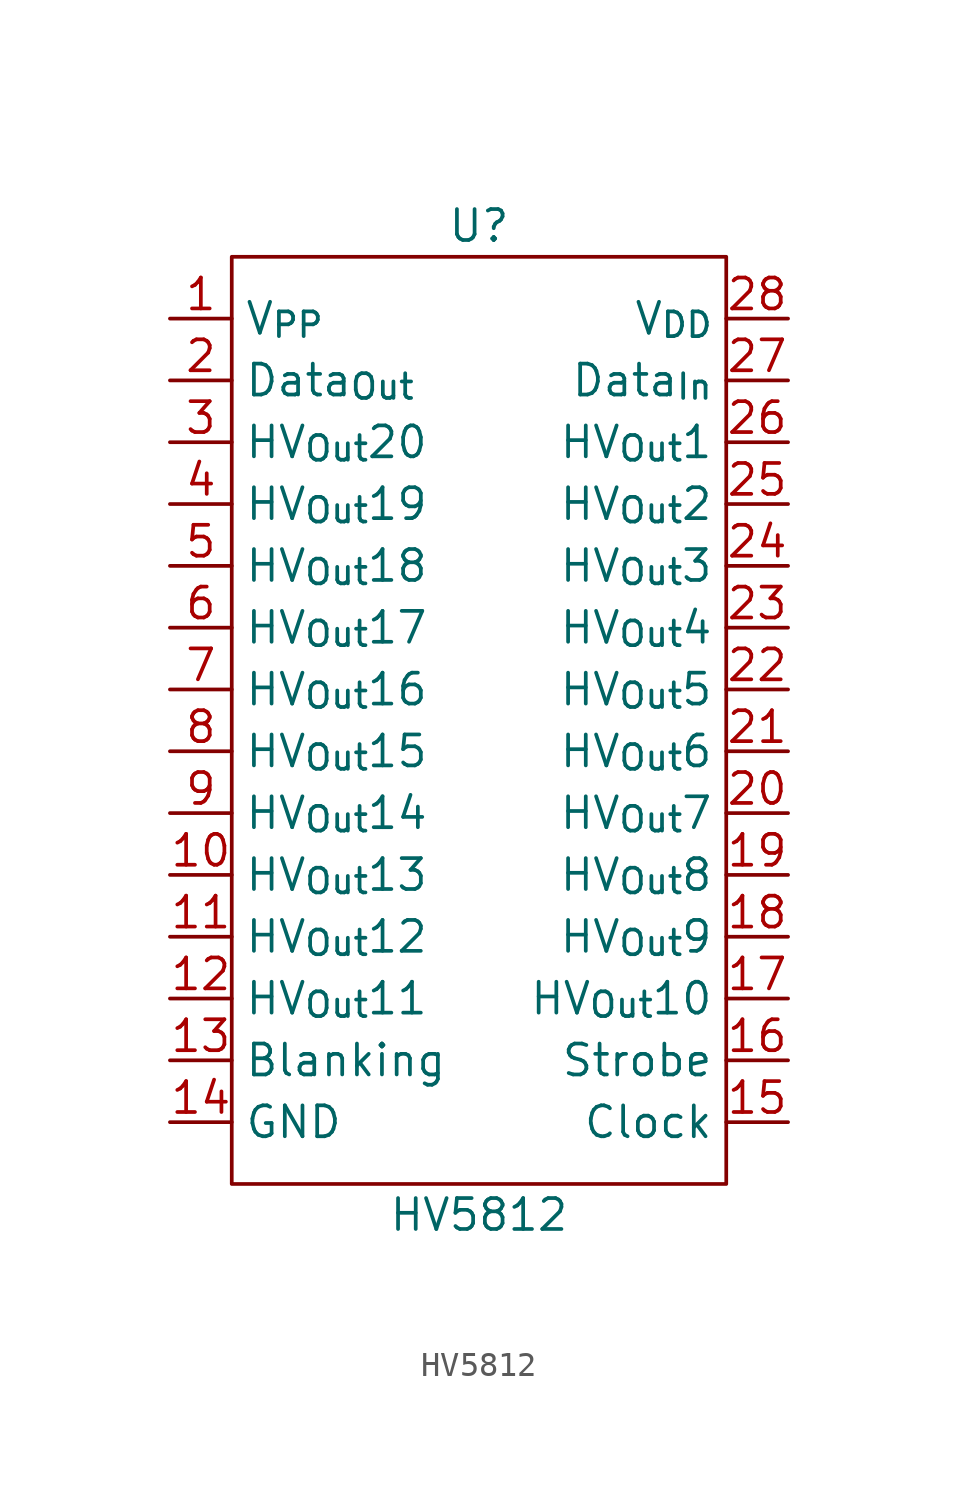
<source format=kicad_sym>
(kicad_symbol_lib
  (version 20231120)
  (generator "kicad_symbol_editor")
  (generator_version "8.0")
  (symbol "HV5812"
    (property "Reference" "U"
      (at 0 20.32 0)
      (effects (font (size 1.27 1.27))))
    (property "Value" "HV5812"
      (at 0 -20.32 0)
      (effects (font (size 1.27 1.27))))
    (symbol "HV5812_0_1"
      (rectangle (start -10.16 19.05) (end 10.16 -19.05) (stroke (width 0) (type default)) (fill (type none))))
    (symbol "HV5812_1_1"
      (pin power_in line (at -12.7 16.51 0) (length 2.54) (name "V_{PP}" (effects (font (size 1.27 1.27)))) (number "1" (effects (font (size 1.27 1.27)))))
      (pin passive line (at -12.7 -6.35 0) (length 2.54) (name "HV_{Out}13" (effects (font (size 1.27 1.27)))) (number "10" (effects (font (size 1.27 1.27)))))
      (pin passive line (at -12.7 -8.89 0) (length 2.54) (name "HV_{Out}12" (effects (font (size 1.27 1.27)))) (number "11" (effects (font (size 1.27 1.27)))))
      (pin passive line (at -12.7 -11.43 0) (length 2.54) (name "HV_{Out}11" (effects (font (size 1.27 1.27)))) (number "12" (effects (font (size 1.27 1.27)))))
      (pin passive line (at -12.7 -13.97 0) (length 2.54) (name "Blanking" (effects (font (size 1.27 1.27)))) (number "13" (effects (font (size 1.27 1.27)))))
      (pin passive line (at -12.7 -16.51 0) (length 2.54) (name "GND" (effects (font (size 1.27 1.27)))) (number "14" (effects (font (size 1.27 1.27)))))
      (pin passive line (at 12.7 -16.51 180) (length 2.54) (name "Clock" (effects (font (size 1.27 1.27)))) (number "15" (effects (font (size 1.27 1.27)))))
      (pin passive line (at 12.7 -13.97 180) (length 2.54) (name "Strobe" (effects (font (size 1.27 1.27)))) (number "16" (effects (font (size 1.27 1.27)))))
      (pin passive line (at 12.7 -11.43 180) (length 2.54) (name "HV_{Out}10" (effects (font (size 1.27 1.27)))) (number "17" (effects (font (size 1.27 1.27)))))
      (pin passive line (at 12.7 -8.89 180) (length 2.54) (name "HV_{Out}9" (effects (font (size 1.27 1.27)))) (number "18" (effects (font (size 1.27 1.27)))))
      (pin passive line (at 12.7 -6.35 180) (length 2.54) (name "HV_{Out}8" (effects (font (size 1.27 1.27)))) (number "19" (effects (font (size 1.27 1.27)))))
      (pin passive line (at -12.7 13.97 0) (length 2.54) (name "Data_{Out}" (effects (font (size 1.27 1.27)))) (number "2" (effects (font (size 1.27 1.27)))))
      (pin passive line (at 12.7 -3.81 180) (length 2.54) (name "HV_{Out}7" (effects (font (size 1.27 1.27)))) (number "20" (effects (font (size 1.27 1.27)))))
      (pin passive line (at 12.7 -1.27 180) (length 2.54) (name "HV_{Out}6" (effects (font (size 1.27 1.27)))) (number "21" (effects (font (size 1.27 1.27)))))
      (pin passive line (at 12.7 1.27 180) (length 2.54) (name "HV_{Out}5" (effects (font (size 1.27 1.27)))) (number "22" (effects (font (size 1.27 1.27)))))
      (pin passive line (at 12.7 3.81 180) (length 2.54) (name "HV_{Out}4" (effects (font (size 1.27 1.27)))) (number "23" (effects (font (size 1.27 1.27)))))
      (pin passive line (at 12.7 6.35 180) (length 2.54) (name "HV_{Out}3" (effects (font (size 1.27 1.27)))) (number "24" (effects (font (size 1.27 1.27)))))
      (pin passive line (at 12.7 8.89 180) (length 2.54) (name "HV_{Out}2" (effects (font (size 1.27 1.27)))) (number "25" (effects (font (size 1.27 1.27)))))
      (pin passive line (at 12.7 11.43 180) (length 2.54) (name "HV_{Out}1" (effects (font (size 1.27 1.27)))) (number "26" (effects (font (size 1.27 1.27)))))
      (pin passive line (at 12.7 13.97 180) (length 2.54) (name "Data_{In}" (effects (font (size 1.27 1.27)))) (number "27" (effects (font (size 1.27 1.27)))))
      (pin power_in line (at 12.7 16.51 180) (length 2.54) (name "V_{DD}" (effects (font (size 1.27 1.27)))) (number "28" (effects (font (size 1.27 1.27)))))
      (pin passive line (at -12.7 11.43 0) (length 2.54) (name "HV_{Out}20" (effects (font (size 1.27 1.27)))) (number "3" (effects (font (size 1.27 1.27)))))
      (pin passive line (at -12.7 8.89 0) (length 2.54) (name "HV_{Out}19" (effects (font (size 1.27 1.27)))) (number "4" (effects (font (size 1.27 1.27)))))
      (pin passive line (at -12.7 6.35 0) (length 2.54) (name "HV_{Out}18" (effects (font (size 1.27 1.27)))) (number "5" (effects (font (size 1.27 1.27)))))
      (pin passive line (at -12.7 3.81 0) (length 2.54) (name "HV_{Out}17" (effects (font (size 1.27 1.27)))) (number "6" (effects (font (size 1.27 1.27)))))
      (pin passive line (at -12.7 1.27 0) (length 2.54) (name "HV_{Out}16" (effects (font (size 1.27 1.27)))) (number "7" (effects (font (size 1.27 1.27)))))
      (pin passive line (at -12.7 -1.27 0) (length 2.54) (name "HV_{Out}15" (effects (font (size 1.27 1.27)))) (number "8" (effects (font (size 1.27 1.27)))))
      (pin passive line (at -12.7 -3.81 0) (length 2.54) (name "HV_{Out}14" (effects (font (size 1.27 1.27)))) (number "9" (effects (font (size 1.27 1.27))))))))
</source>
